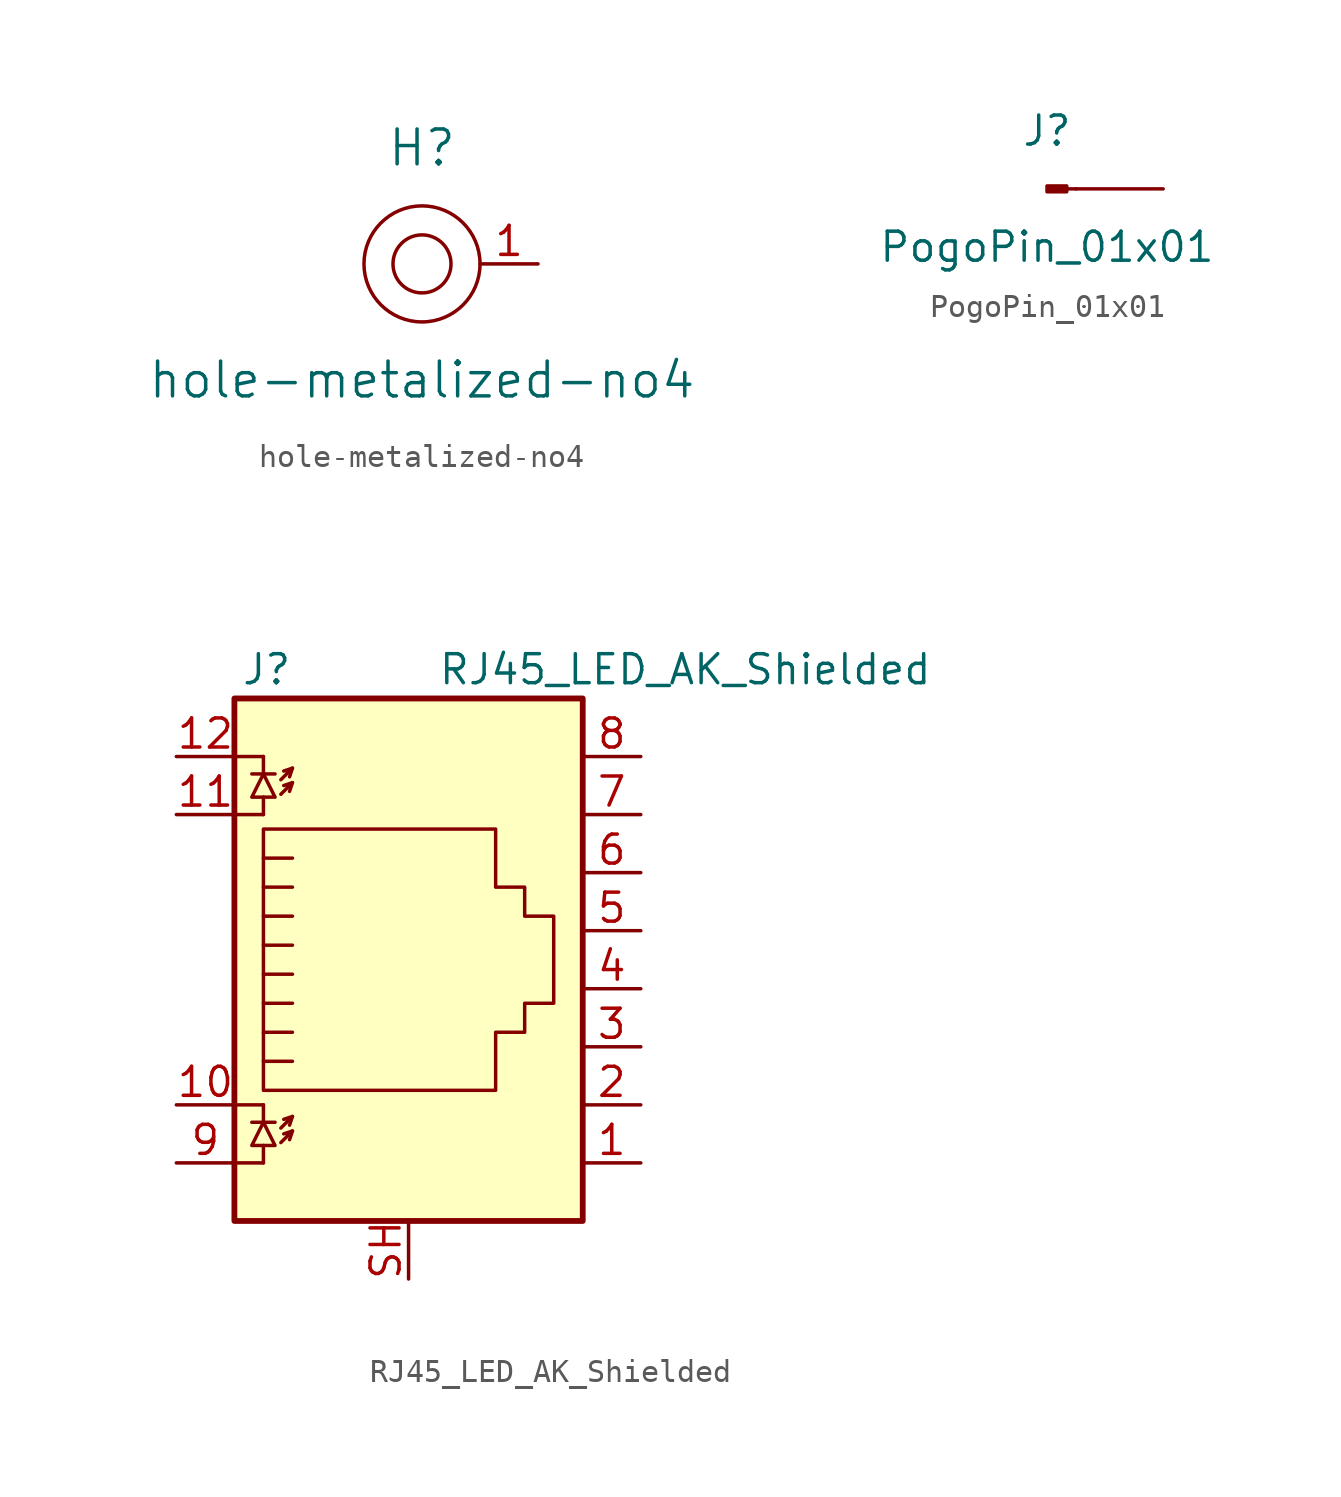
<source format=kicad_sym>
(kicad_symbol_lib
  (version 20231120)
  (generator "kicad_symbol_editor")
  (generator_version "8.0")
  (symbol "hole-metalized-no4"
    (pin_names
      (offset 1.016))
    (property "Reference" "H"
      (at 0 5.08 0)
      (effects (font (size 1.524 1.524))))
    (property "Value" "hole-metalized-no4"
      (at 0 -5.08 0)
      (effects (font (size 1.524 1.524))))
    (property "Footprint" ""
      (at 0 0 0)
      (effects (font (size 1.524 1.524))))
    (property "Datasheet" ""
      (at 0 0 0)
      (effects (font (size 1.524 1.524))))
    (symbol "hole-metalized-no4_0_1"
      (circle (center 0 0) (radius 1.27) (stroke (width 0) (type solid)) (fill (type none)))
      (circle (center 0 0) (radius 2.54) (stroke (width 0) (type solid)) (fill (type none))))
    (symbol "hole-metalized-no4_1_1"
      (pin input line (at 5.08 0 180) (length 2.54) (name "~" (effects (font (size 1.27 1.27)))) (number "1" (effects (font (size 1.27 1.27)))))))
  (symbol "PogoPin_01x01"
    (pin_names
      (offset 1.016) hide)
    (property "Reference" "J"
      (at 0 2.54 0)
      (effects (font (size 1.27 1.27))))
    (property "Value" "PogoPin_01x01"
      (at 0 -2.54 0)
      (effects (font (size 1.27 1.27))))
    (symbol "PogoPin_01x01_1_1"
      (polyline (pts (xy 1.27 0) (xy 0.864 0)) (stroke (width 0.152) (type default)) (fill (type none)))
      (rectangle (start 0.864 0.127) (end 0 -0.127) (stroke (width 0.152) (type default)) (fill (type outline)))
      (pin passive line (at 5.08 0 180) (length 3.81) (name "Pin_1" (effects (font (size 1.27 1.27)))) (number "1" (effects (font (size 0 0)))))))
  (symbol "RJ45_LED_AK_Shielded"
    (pin_names
      (offset 1.016))
    (property "Reference" "J"
      (at -5.08 13.97 0)
      (effects (font (size 1.27 1.27)) (justify right)))
    (property "Value" "RJ45_LED_AK_Shielded"
      (at 1.27 13.97 0)
      (effects (font (size 1.27 1.27)) (justify left)))
    (symbol "RJ45_LED_AK_Shielded_0_1"
      (polyline (pts (xy -7.62 -7.62) (xy -6.35 -7.62)) (stroke (width 0) (type default)) (fill (type none)))
      (polyline (pts (xy -7.62 -5.08) (xy -6.35 -5.08)) (stroke (width 0) (type default)) (fill (type none)))
      (polyline (pts (xy -7.62 7.62) (xy -6.35 7.62)) (stroke (width 0) (type default)) (fill (type none)))
      (polyline (pts (xy -7.62 10.16) (xy -6.35 10.16)) (stroke (width 0) (type default)) (fill (type none)))
      (polyline (pts (xy -6.858 -5.842) (xy -5.842 -5.842)) (stroke (width 0) (type default)) (fill (type none)))
      (polyline (pts (xy -6.858 9.398) (xy -5.842 9.398)) (stroke (width 0) (type default)) (fill (type none)))
      (polyline (pts (xy -6.35 -7.62) (xy -6.35 -6.858)) (stroke (width 0) (type default)) (fill (type none)))
      (polyline (pts (xy -6.35 -5.08) (xy -6.35 -5.842)) (stroke (width 0) (type default)) (fill (type none)))
      (polyline (pts (xy -6.35 7.62) (xy -6.35 8.382)) (stroke (width 0) (type default)) (fill (type none)))
      (polyline (pts (xy -6.35 10.16) (xy -6.35 9.398)) (stroke (width 0) (type default)) (fill (type none)))
      (polyline (pts (xy -5.08 -6.223) (xy -5.207 -6.604)) (stroke (width 0) (type default)) (fill (type none)))
      (polyline (pts (xy -5.08 -5.588) (xy -5.207 -5.969)) (stroke (width 0) (type default)) (fill (type none)))
      (polyline (pts (xy -5.08 4.445) (xy -6.35 4.445)) (stroke (width 0) (type default)) (fill (type none)))
      (polyline (pts (xy -5.08 5.715) (xy -6.35 5.715)) (stroke (width 0) (type default)) (fill (type none)))
      (polyline (pts (xy -5.08 9.017) (xy -5.207 8.636)) (stroke (width 0) (type default)) (fill (type none)))
      (polyline (pts (xy -5.08 9.652) (xy -5.207 9.271)) (stroke (width 0) (type default)) (fill (type none)))
      (polyline (pts (xy -6.35 -3.175) (xy -5.08 -3.175) (xy -5.08 -3.175)) (stroke (width 0) (type default)) (fill (type none)))
      (polyline (pts (xy -6.35 -1.905) (xy -5.08 -1.905) (xy -5.08 -1.905)) (stroke (width 0) (type default)) (fill (type none)))
      (polyline (pts (xy -6.35 -0.635) (xy -5.08 -0.635) (xy -5.08 -0.635)) (stroke (width 0) (type default)) (fill (type none)))
      (polyline (pts (xy -6.35 0.635) (xy -5.08 0.635) (xy -5.08 0.635)) (stroke (width 0) (type default)) (fill (type none)))
      (polyline (pts (xy -6.35 1.905) (xy -5.08 1.905) (xy -5.08 1.905)) (stroke (width 0) (type default)) (fill (type none)))
      (polyline (pts (xy -5.588 -6.731) (xy -5.08 -6.223) (xy -5.461 -6.35)) (stroke (width 0) (type default)) (fill (type none)))
      (polyline (pts (xy -5.588 -6.096) (xy -5.08 -5.588) (xy -5.461 -5.715)) (stroke (width 0) (type default)) (fill (type none)))
      (polyline (pts (xy -5.588 8.509) (xy -5.08 9.017) (xy -5.461 8.89)) (stroke (width 0) (type default)) (fill (type none)))
      (polyline (pts (xy -5.588 9.144) (xy -5.08 9.652) (xy -5.461 9.525)) (stroke (width 0) (type default)) (fill (type none)))
      (polyline (pts (xy -5.08 3.175) (xy -6.35 3.175) (xy -6.35 3.175)) (stroke (width 0) (type default)) (fill (type none)))
      (polyline (pts (xy -6.35 -5.842) (xy -6.858 -6.858) (xy -5.842 -6.858) (xy -6.35 -5.842)) (stroke (width 0) (type default)) (fill (type none)))
      (polyline (pts (xy -6.35 9.398) (xy -6.858 8.382) (xy -5.842 8.382) (xy -6.35 9.398)) (stroke (width 0) (type default)) (fill (type none)))
      (polyline (pts (xy -6.35 -4.445) (xy -6.35 6.985) (xy 3.81 6.985) (xy 3.81 4.445) (xy 5.08 4.445) (xy 5.08 3.175) (xy 6.35 3.175) (xy 6.35 -0.635) (xy 5.08 -0.635) (xy 5.08 -1.905) (xy 3.81 -1.905) (xy 3.81 -4.445) (xy -6.35 -4.445) (xy -6.35 -4.445)) (stroke (width 0) (type default)) (fill (type none)))
      (rectangle (start 7.62 12.7) (end -7.62 -10.16) (stroke (width 0.254) (type default)) (fill (type background))))
    (symbol "RJ45_LED_AK_Shielded_1_1"
      (pin passive line (at 10.16 -7.62 180) (length 2.54) (name "~" (effects (font (size 1.27 1.27)))) (number "1" (effects (font (size 1.27 1.27)))))
      (pin passive line (at -10.16 -5.08 0) (length 2.54) (name "~" (effects (font (size 1.27 1.27)))) (number "10" (effects (font (size 1.27 1.27)))))
      (pin passive line (at -10.16 7.62 0) (length 2.54) (name "~" (effects (font (size 1.27 1.27)))) (number "11" (effects (font (size 1.27 1.27)))))
      (pin passive line (at -10.16 10.16 0) (length 2.54) (name "~" (effects (font (size 1.27 1.27)))) (number "12" (effects (font (size 1.27 1.27)))))
      (pin passive line (at 10.16 -5.08 180) (length 2.54) (name "~" (effects (font (size 1.27 1.27)))) (number "2" (effects (font (size 1.27 1.27)))))
      (pin passive line (at 10.16 -2.54 180) (length 2.54) (name "~" (effects (font (size 1.27 1.27)))) (number "3" (effects (font (size 1.27 1.27)))))
      (pin passive line (at 10.16 0 180) (length 2.54) (name "~" (effects (font (size 1.27 1.27)))) (number "4" (effects (font (size 1.27 1.27)))))
      (pin passive line (at 10.16 2.54 180) (length 2.54) (name "~" (effects (font (size 1.27 1.27)))) (number "5" (effects (font (size 1.27 1.27)))))
      (pin passive line (at 10.16 5.08 180) (length 2.54) (name "~" (effects (font (size 1.27 1.27)))) (number "6" (effects (font (size 1.27 1.27)))))
      (pin passive line (at 10.16 7.62 180) (length 2.54) (name "~" (effects (font (size 1.27 1.27)))) (number "7" (effects (font (size 1.27 1.27)))))
      (pin passive line (at 10.16 10.16 180) (length 2.54) (name "~" (effects (font (size 1.27 1.27)))) (number "8" (effects (font (size 1.27 1.27)))))
      (pin passive line (at -10.16 -7.62 0) (length 2.54) (name "~" (effects (font (size 1.27 1.27)))) (number "9" (effects (font (size 1.27 1.27)))))
      (pin passive line (at 0 -12.7 90) (length 2.54) (name "~" (effects (font (size 1.27 1.27)))) (number "SH" (effects (font (size 1.27 1.27))))))))
</source>
